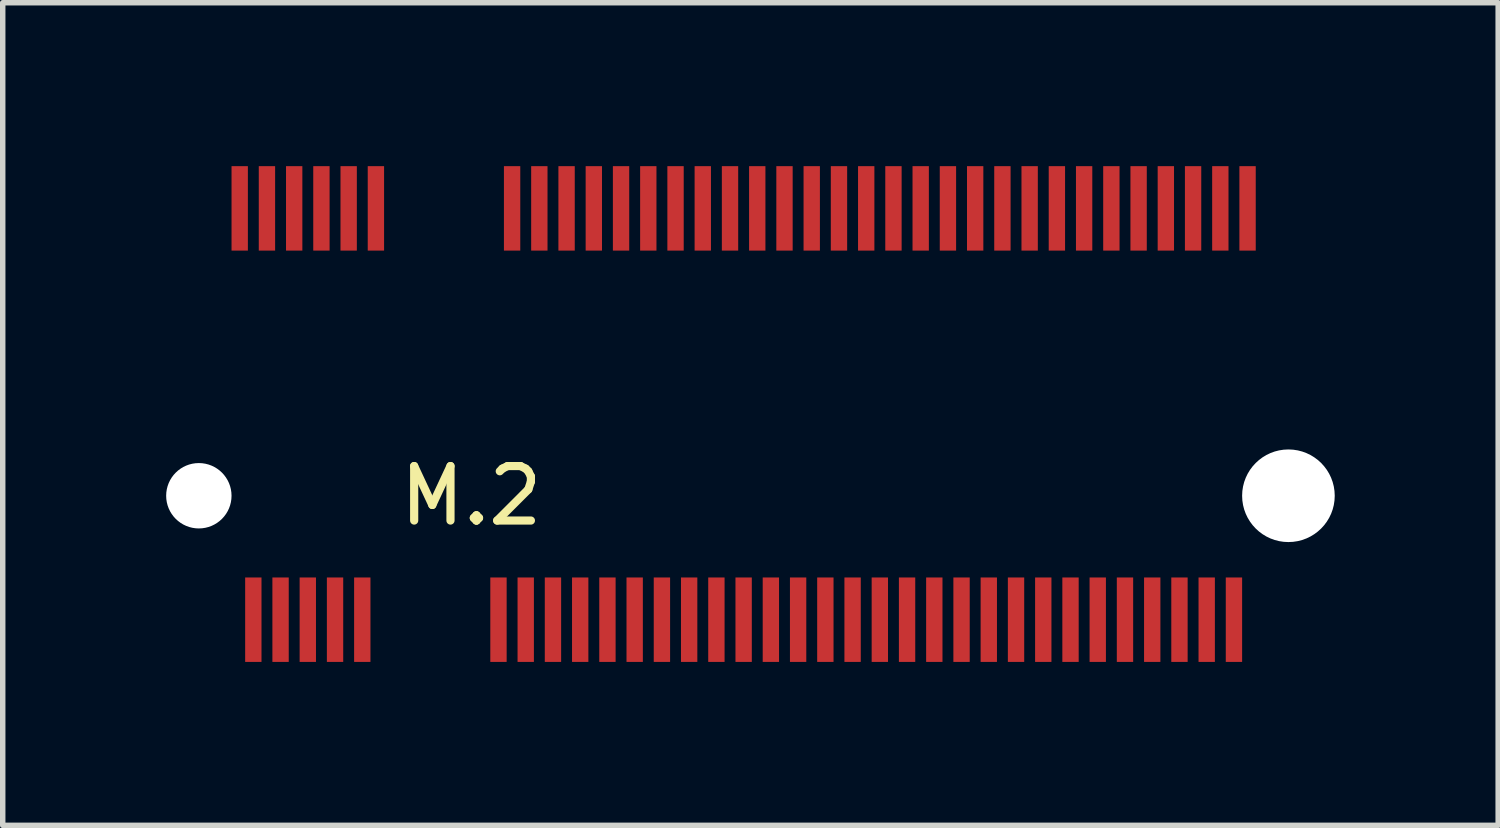
<source format=kicad_pcb>
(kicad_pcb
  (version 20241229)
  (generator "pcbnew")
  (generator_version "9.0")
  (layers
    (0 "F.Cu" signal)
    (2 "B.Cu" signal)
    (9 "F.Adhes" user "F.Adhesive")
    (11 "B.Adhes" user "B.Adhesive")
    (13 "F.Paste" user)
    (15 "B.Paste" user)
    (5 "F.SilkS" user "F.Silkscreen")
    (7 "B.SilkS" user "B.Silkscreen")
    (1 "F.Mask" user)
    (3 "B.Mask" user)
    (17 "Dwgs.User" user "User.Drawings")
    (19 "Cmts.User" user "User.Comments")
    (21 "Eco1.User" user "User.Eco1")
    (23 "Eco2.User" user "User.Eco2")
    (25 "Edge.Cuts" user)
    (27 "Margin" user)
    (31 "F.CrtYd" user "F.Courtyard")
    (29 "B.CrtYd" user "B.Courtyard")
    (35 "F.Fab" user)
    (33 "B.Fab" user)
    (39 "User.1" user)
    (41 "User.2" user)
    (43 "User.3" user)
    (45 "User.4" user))
  (footprint "M.2"
    (layer "F.Cu")
    (at 1.6 8.325)
    (property "Reference" "M.2" (at 4 -2.275 0) (layer "F.SilkS") (effects (font (size 1 1) (thickness 0.15))))
    (attr through_hole)
    (pad "" np_thru_hole circle (at -1 -2.275) (size 1.2 1.2) (drill 1.2) (layers "*.Cu"))
    (pad "" np_thru_hole circle (at 19 -2.275) (size 1.7 1.7) (drill 1.7) (layers "*.Cu"))
    (pad "1" smd rect (at -0.25 -7.55) (size 0.3 1.55) (layers "F.Cu" "F.Paste"))
    (pad "2" smd rect (at 0 0) (size 0.3 1.55) (layers "F.Cu" "F.Paste"))
    (pad "3" smd rect (at 0.25 -7.55) (size 0.3 1.55) (layers "F.Cu" "F.Paste"))
    (pad "4" smd rect (at 0.5 0) (size 0.3 1.55) (layers "F.Cu" "F.Paste"))
    (pad "5" smd rect (at 0.75 -7.55) (size 0.3 1.55) (layers "F.Cu" "F.Paste"))
    (pad "6" smd rect (at 1 0) (size 0.3 1.55) (layers "F.Cu" "F.Paste"))
    (pad "7" smd rect (at 1.25 -7.55) (size 0.3 1.55) (layers "F.Cu" "F.Paste"))
    (pad "8" smd rect (at 1.5 0) (size 0.3 1.55) (layers "F.Cu" "F.Paste"))
    (pad "9" smd rect (at 1.75 -7.55) (size 0.3 1.55) (layers "F.Cu" "F.Paste"))
    (pad "10" smd rect (at 2 0) (size 0.3 1.55) (layers "F.Cu" "F.Paste"))
    (pad "11" smd rect (at 2.25 -7.55) (size 0.3 1.55) (layers "F.Cu" "F.Paste"))
    (pad "20" smd rect (at 4.5 0) (size 0.3 1.55) (layers "F.Cu" "F.Paste"))
    (pad "21" smd rect (at 4.75 -7.55) (size 0.3 1.55) (layers "F.Cu" "F.Paste"))
    (pad "22" smd rect (at 5 0) (size 0.3 1.55) (layers "F.Cu" "F.Paste"))
    (pad "23" smd rect (at 5.25 -7.55) (size 0.3 1.55) (layers "F.Cu" "F.Paste"))
    (pad "24" smd rect (at 5.5 0) (size 0.3 1.55) (layers "F.Cu" "F.Paste"))
    (pad "25" smd rect (at 5.75 -7.55) (size 0.3 1.55) (layers "F.Cu" "F.Paste"))
    (pad "26" smd rect (at 6 0) (size 0.3 1.55) (layers "F.Cu" "F.Paste"))
    (pad "27" smd rect (at 6.25 -7.55) (size 0.3 1.55) (layers "F.Cu" "F.Paste"))
    (pad "28" smd rect (at 6.5 0) (size 0.3 1.55) (layers "F.Cu" "F.Paste"))
    (pad "29" smd rect (at 6.75 -7.55) (size 0.3 1.55) (layers "F.Cu" "F.Paste"))
    (pad "30" smd rect (at 7 0) (size 0.3 1.55) (layers "F.Cu" "F.Paste"))
    (pad "31" smd rect (at 7.25 -7.55) (size 0.3 1.55) (layers "F.Cu" "F.Paste"))
    (pad "32" smd rect (at 7.5 0) (size 0.3 1.55) (layers "F.Cu" "F.Paste"))
    (pad "33" smd rect (at 7.75 -7.55) (size 0.3 1.55) (layers "F.Cu" "F.Paste"))
    (pad "34" smd rect (at 8 0) (size 0.3 1.55) (layers "F.Cu" "F.Paste"))
    (pad "35" smd rect (at 8.25 -7.55) (size 0.3 1.55) (layers "F.Cu" "F.Paste"))
    (pad "36" smd rect (at 8.5 0) (size 0.3 1.55) (layers "F.Cu" "F.Paste"))
    (pad "37" smd rect (at 8.75 -7.55) (size 0.3 1.55) (layers "F.Cu" "F.Paste"))
    (pad "38" smd rect (at 9 0) (size 0.3 1.55) (layers "F.Cu" "F.Paste"))
    (pad "39" smd rect (at 9.25 -7.55) (size 0.3 1.55) (layers "F.Cu" "F.Paste"))
    (pad "40" smd rect (at 9.5 0) (size 0.3 1.55) (layers "F.Cu" "F.Paste"))
    (pad "41" smd rect (at 9.75 -7.55) (size 0.3 1.55) (layers "F.Cu" "F.Paste"))
    (pad "42" smd rect (at 10 0) (size 0.3 1.55) (layers "F.Cu" "F.Paste"))
    (pad "43" smd rect (at 10.25 -7.55) (size 0.3 1.55) (layers "F.Cu" "F.Paste"))
    (pad "44" smd rect (at 10.5 0) (size 0.3 1.55) (layers "F.Cu" "F.Paste"))
    (pad "45" smd rect (at 10.75 -7.55) (size 0.3 1.55) (layers "F.Cu" "F.Paste"))
    (pad "46" smd rect (at 11 0) (size 0.3 1.55) (layers "F.Cu" "F.Paste"))
    (pad "47" smd rect (at 11.25 -7.55) (size 0.3 1.55) (layers "F.Cu" "F.Paste"))
    (pad "48" smd rect (at 11.5 0) (size 0.3 1.55) (layers "F.Cu" "F.Paste"))
    (pad "49" smd rect (at 11.75 -7.55) (size 0.3 1.55) (layers "F.Cu" "F.Paste"))
    (pad "50" smd rect (at 12 0) (size 0.3 1.55) (layers "F.Cu" "F.Paste"))
    (pad "51" smd rect (at 12.25 -7.55) (size 0.3 1.55) (layers "F.Cu" "F.Paste"))
    (pad "52" smd rect (at 12.5 0) (size 0.3 1.55) (layers "F.Cu" "F.Paste"))
    (pad "53" smd rect (at 12.75 -7.55) (size 0.3 1.55) (layers "F.Cu" "F.Paste"))
    (pad "54" smd rect (at 13 0) (size 0.3 1.55) (layers "F.Cu" "F.Paste"))
    (pad "55" smd rect (at 13.25 -7.55) (size 0.3 1.55) (layers "F.Cu" "F.Paste"))
    (pad "56" smd rect (at 13.5 0) (size 0.3 1.55) (layers "F.Cu" "F.Paste"))
    (pad "57" smd rect (at 13.75 -7.55) (size 0.3 1.55) (layers "F.Cu" "F.Paste"))
    (pad "58" smd rect (at 14 0) (size 0.3 1.55) (layers "F.Cu" "F.Paste"))
    (pad "59" smd rect (at 14.25 -7.55) (size 0.3 1.55) (layers "F.Cu" "F.Paste"))
    (pad "60" smd rect (at 14.5 0) (size 0.3 1.55) (layers "F.Cu" "F.Paste"))
    (pad "61" smd rect (at 14.75 -7.55) (size 0.3 1.55) (layers "F.Cu" "F.Paste"))
    (pad "62" smd rect (at 15 0) (size 0.3 1.55) (layers "F.Cu" "F.Paste"))
    (pad "63" smd rect (at 15.25 -7.55) (size 0.3 1.55) (layers "F.Cu" "F.Paste"))
    (pad "64" smd rect (at 15.5 0) (size 0.3 1.55) (layers "F.Cu" "F.Paste"))
    (pad "65" smd rect (at 15.75 -7.55) (size 0.3 1.55) (layers "F.Cu" "F.Paste"))
    (pad "66" smd rect (at 16 0) (size 0.3 1.55) (layers "F.Cu" "F.Paste"))
    (pad "67" smd rect (at 16.25 -7.55) (size 0.3 1.55) (layers "F.Cu" "F.Paste"))
    (pad "68" smd rect (at 16.5 0) (size 0.3 1.55) (layers "F.Cu" "F.Paste"))
    (pad "69" smd rect (at 16.75 -7.55) (size 0.3 1.55) (layers "F.Cu" "F.Paste"))
    (pad "70" smd rect (at 17 0) (size 0.3 1.55) (layers "F.Cu" "F.Paste"))
    (pad "71" smd rect (at 17.25 -7.55) (size 0.3 1.55) (layers "F.Cu" "F.Paste"))
    (pad "72" smd rect (at 17.5 0) (size 0.3 1.55) (layers "F.Cu" "F.Paste"))
    (pad "73" smd rect (at 17.75 -7.55) (size 0.3 1.55) (layers "F.Cu" "F.Paste"))
    (pad "74" smd rect (at 18 0) (size 0.3 1.55) (layers "F.Cu" "F.Paste"))
    (pad "75" smd rect (at 18.25 -7.55) (size 0.3 1.55) (layers "F.Cu" "F.Paste")))
  (gr_rect
    (start -3 -3)
    (end 24.45 12.1)
    (stroke (width 0.1) (type default))
    (fill no)
    (layer "Edge.Cuts")))
</source>
